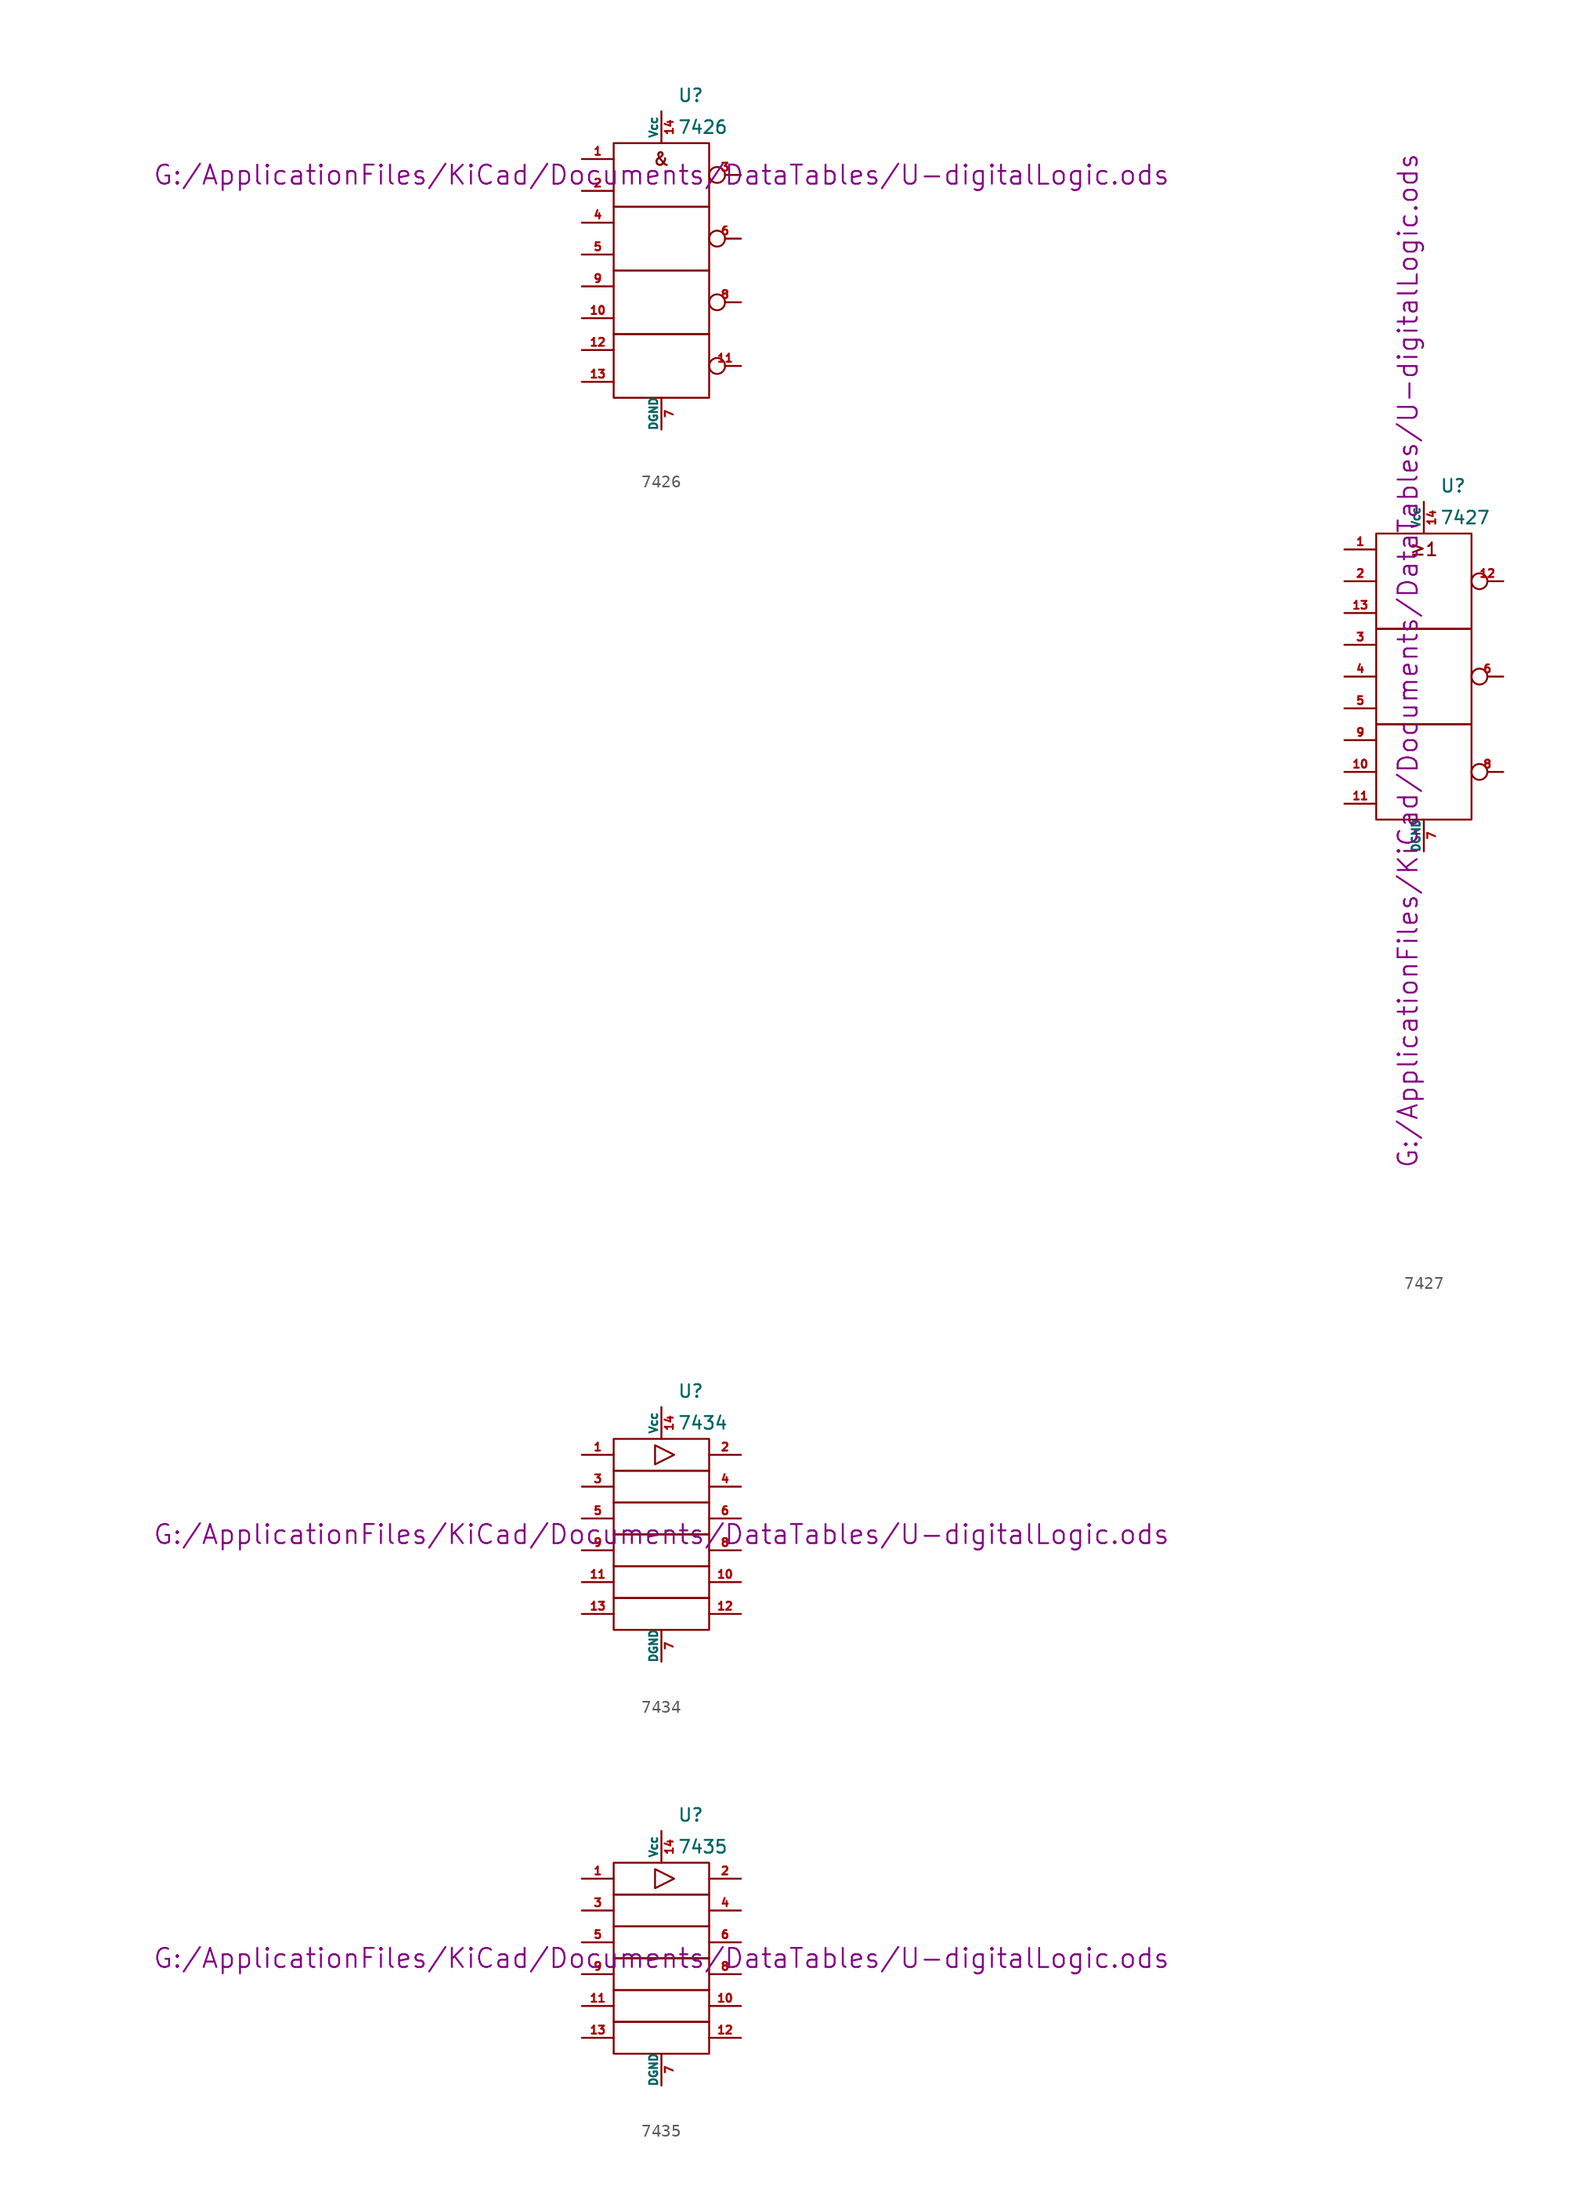
<source format=kicad_sym>
(kicad_symbol_lib
  (version 20211014)
  (generator kicad_symbol_editor)
  (symbol "7426"
    (pin_names
      (offset 0))
    (property "Reference" "U"
      (at 1.27 13.97 0)
      (effects (font (size 1.016 1.016)) (justify left)))
    (property "Value" "7426"
      (at 1.27 11.43 0)
      (effects (font (size 1.016 1.016)) (justify left)))
    (property "Footprint" ""
      (at 0 7.62 0)
      (effects (font (size 1.524 1.524))))
    (property "Datasheet" "G:/ApplicationFiles/KiCad/Documents/DataTables/U-digitalLogic.ods"
      (at 0 7.62 0)
      (effects (font (size 1.524 1.524))))
    (symbol "7426_0_0"
      (text "&" (at 0 8.89 0) (effects (font (size 1.016 1.016)))))
    (symbol "7426_0_1"
      (rectangle (start -3.81 -5.08) (end 3.81 -10.16) (stroke (width 0) (type default) (color 0 0 0 0)) (fill (type none)))
      (rectangle (start -3.81 0) (end 3.81 -5.08) (stroke (width 0) (type default) (color 0 0 0 0)) (fill (type none)))
      (rectangle (start -3.81 5.08) (end 3.81 0) (stroke (width 0) (type default) (color 0 0 0 0)) (fill (type none)))
      (rectangle (start -3.81 10.16) (end 3.81 5.08) (stroke (width 0) (type default) (color 0 0 0 0)) (fill (type none))))
    (symbol "7426_1_1"
      (pin input line (at -6.35 8.89 0) (length 2.54) (name "~" (effects (font (size 0.635 0.635)))) (number "1" (effects (font (size 0.635 0.635)))))
      (pin input line (at -6.35 -3.81 0) (length 2.54) (name "~" (effects (font (size 0.635 0.635)))) (number "10" (effects (font (size 0.635 0.635)))))
      (pin output inverted (at 6.35 -7.62 180) (length 2.54) (name "~" (effects (font (size 0.635 0.635)))) (number "11" (effects (font (size 0.635 0.635)))))
      (pin input line (at -6.35 -6.35 0) (length 2.54) (name "~" (effects (font (size 0.635 0.635)))) (number "12" (effects (font (size 0.635 0.635)))))
      (pin input line (at -6.35 -8.89 0) (length 2.54) (name "~" (effects (font (size 0.635 0.635)))) (number "13" (effects (font (size 0.635 0.635)))))
      (pin power_in line (at 0 12.7 270) (length 2.54) (name "Vcc" (effects (font (size 0.635 0.635)))) (number "14" (effects (font (size 0.635 0.635)))))
      (pin input line (at -6.35 6.35 0) (length 2.54) (name "~" (effects (font (size 0.635 0.635)))) (number "2" (effects (font (size 0.635 0.635)))))
      (pin output inverted (at 6.35 7.62 180) (length 2.54) (name "~" (effects (font (size 0.635 0.635)))) (number "3" (effects (font (size 0.635 0.635)))))
      (pin input line (at -6.35 3.81 0) (length 2.54) (name "~" (effects (font (size 0.635 0.635)))) (number "4" (effects (font (size 0.635 0.635)))))
      (pin input line (at -6.35 1.27 0) (length 2.54) (name "~" (effects (font (size 0.635 0.635)))) (number "5" (effects (font (size 0.635 0.635)))))
      (pin output inverted (at 6.35 2.54 180) (length 2.54) (name "~" (effects (font (size 0.635 0.635)))) (number "6" (effects (font (size 0.635 0.635)))))
      (pin power_in line (at 0 -12.7 90) (length 2.54) (name "DGND" (effects (font (size 0.635 0.635)))) (number "7" (effects (font (size 0.635 0.635)))))
      (pin output inverted (at 6.35 -2.54 180) (length 2.54) (name "~" (effects (font (size 0.635 0.635)))) (number "8" (effects (font (size 0.635 0.635)))))
      (pin input line (at -6.35 -1.27 0) (length 2.54) (name "~" (effects (font (size 0.635 0.635)))) (number "9" (effects (font (size 0.635 0.635)))))))
  (symbol "7427"
    (pin_names
      (offset 0))
    (property "Reference" "U"
      (at 1.27 15.24 0)
      (effects (font (size 1.016 1.016)) (justify left)))
    (property "Value" "7427"
      (at 1.27 12.7 0)
      (effects (font (size 1.016 1.016)) (justify left)))
    (property "Footprint" ""
      (at -1.27 1.27 90)
      (effects (font (size 1.524 1.524))))
    (property "Datasheet" "G:/ApplicationFiles/KiCad/Documents/DataTables/U-digitalLogic.ods"
      (at -1.27 1.27 90)
      (effects (font (size 1.524 1.524))))
    (symbol "7427_0_0"
      (rectangle (start -3.81 -3.81) (end 3.81 -11.43) (stroke (width 0) (type default) (color 0 0 0 0)) (fill (type none)))
      (rectangle (start -3.81 3.81) (end 3.81 -3.81) (stroke (width 0) (type default) (color 0 0 0 0)) (fill (type none)))
      (rectangle (start -3.81 11.43) (end 3.81 3.81) (stroke (width 0) (type default) (color 0 0 0 0)) (fill (type none)))
      (text "≥1" (at 0 10.16 0) (effects (font (size 1.016 1.016)))))
    (symbol "7427_1_1"
      (pin input line (at -6.35 10.16 0) (length 2.54) (name "~" (effects (font (size 0.635 0.635)))) (number "1" (effects (font (size 0.635 0.635)))))
      (pin input line (at -6.35 -7.62 0) (length 2.54) (name "~" (effects (font (size 0.635 0.635)))) (number "10" (effects (font (size 0.635 0.635)))))
      (pin input line (at -6.35 -10.16 0) (length 2.54) (name "~" (effects (font (size 0.635 0.635)))) (number "11" (effects (font (size 0.635 0.635)))))
      (pin output inverted (at 6.35 7.62 180) (length 2.54) (name "~" (effects (font (size 0.635 0.635)))) (number "12" (effects (font (size 0.635 0.635)))))
      (pin input line (at -6.35 5.08 0) (length 2.54) (name "~" (effects (font (size 0.635 0.635)))) (number "13" (effects (font (size 0.635 0.635)))))
      (pin power_in line (at 0 13.97 270) (length 2.54) (name "Vcc" (effects (font (size 0.635 0.635)))) (number "14" (effects (font (size 0.635 0.635)))))
      (pin input line (at -6.35 7.62 0) (length 2.54) (name "~" (effects (font (size 0.635 0.635)))) (number "2" (effects (font (size 0.635 0.635)))))
      (pin input line (at -6.35 2.54 0) (length 2.54) (name "~" (effects (font (size 0.635 0.635)))) (number "3" (effects (font (size 0.635 0.635)))))
      (pin input line (at -6.35 0 0) (length 2.54) (name "~" (effects (font (size 0.635 0.635)))) (number "4" (effects (font (size 0.635 0.635)))))
      (pin input line (at -6.35 -2.54 0) (length 2.54) (name "~" (effects (font (size 0.635 0.635)))) (number "5" (effects (font (size 0.635 0.635)))))
      (pin output inverted (at 6.35 0 180) (length 2.54) (name "~" (effects (font (size 0.635 0.635)))) (number "6" (effects (font (size 0.635 0.635)))))
      (pin power_in line (at 0 -13.97 90) (length 2.54) (name "DGND" (effects (font (size 0.635 0.635)))) (number "7" (effects (font (size 0.635 0.635)))))
      (pin output inverted (at 6.35 -7.62 180) (length 2.54) (name "~" (effects (font (size 0.635 0.635)))) (number "8" (effects (font (size 0.635 0.635)))))
      (pin input line (at -6.35 -5.08 0) (length 2.54) (name "~" (effects (font (size 0.635 0.635)))) (number "9" (effects (font (size 0.635 0.635)))))))
  (symbol "7434"
    (pin_names
      (offset 0))
    (property "Reference" "U"
      (at 1.27 11.43 0)
      (effects (font (size 1.016 1.016)) (justify left)))
    (property "Value" "7434"
      (at 1.27 8.89 0)
      (effects (font (size 1.016 1.016)) (justify left)))
    (property "Footprint" ""
      (at 0 0 0)
      (effects (font (size 1.524 1.524))))
    (property "Datasheet" "G:/ApplicationFiles/KiCad/Documents/DataTables/U-digitalLogic.ods"
      (at 0 0 0)
      (effects (font (size 1.524 1.524))))
    (symbol "7434_0_1"
      (rectangle (start -3.81 -5.08) (end 3.81 -7.62) (stroke (width 0) (type default) (color 0 0 0 0)) (fill (type none)))
      (rectangle (start -3.81 -2.54) (end 3.81 -5.08) (stroke (width 0) (type default) (color 0 0 0 0)) (fill (type none)))
      (rectangle (start -3.81 0) (end 3.81 -2.54) (stroke (width 0) (type default) (color 0 0 0 0)) (fill (type none)))
      (rectangle (start -3.81 2.54) (end 3.81 0) (stroke (width 0) (type default) (color 0 0 0 0)) (fill (type none)))
      (rectangle (start -3.81 5.08) (end 3.81 2.54) (stroke (width 0) (type default) (color 0 0 0 0)) (fill (type none)))
      (rectangle (start -3.81 7.62) (end 3.81 5.08) (stroke (width 0) (type default) (color 0 0 0 0)) (fill (type none)))
      (polyline (pts (xy -0.508 7.112) (xy -0.508 5.588) (xy 1.016 6.35) (xy -0.508 7.112)) (stroke (width 0) (type default) (color 0 0 0 0)) (fill (type none))))
    (symbol "7434_1_1"
      (pin input line (at -6.35 6.35 0) (length 2.54) (name "~" (effects (font (size 0.635 0.635)))) (number "1" (effects (font (size 0.635 0.635)))))
      (pin open_collector line (at 6.35 -3.81 180) (length 2.54) (name "~" (effects (font (size 0.635 0.635)))) (number "10" (effects (font (size 0.635 0.635)))))
      (pin input line (at -6.35 -3.81 0) (length 2.54) (name "~" (effects (font (size 0.635 0.635)))) (number "11" (effects (font (size 0.635 0.635)))))
      (pin open_collector line (at 6.35 -6.35 180) (length 2.54) (name "~" (effects (font (size 0.635 0.635)))) (number "12" (effects (font (size 0.635 0.635)))))
      (pin input line (at -6.35 -6.35 0) (length 2.54) (name "~" (effects (font (size 0.635 0.635)))) (number "13" (effects (font (size 0.635 0.635)))))
      (pin power_in line (at 0 10.16 270) (length 2.54) (name "Vcc" (effects (font (size 0.635 0.635)))) (number "14" (effects (font (size 0.635 0.635)))))
      (pin open_collector line (at 6.35 6.35 180) (length 2.54) (name "~" (effects (font (size 0.635 0.635)))) (number "2" (effects (font (size 0.635 0.635)))))
      (pin input line (at -6.35 3.81 0) (length 2.54) (name "~" (effects (font (size 0.635 0.635)))) (number "3" (effects (font (size 0.635 0.635)))))
      (pin open_collector line (at 6.35 3.81 180) (length 2.54) (name "~" (effects (font (size 0.635 0.635)))) (number "4" (effects (font (size 0.635 0.635)))))
      (pin input line (at -6.35 1.27 0) (length 2.54) (name "~" (effects (font (size 0.635 0.635)))) (number "5" (effects (font (size 0.635 0.635)))))
      (pin open_collector line (at 6.35 1.27 180) (length 2.54) (name "~" (effects (font (size 0.635 0.635)))) (number "6" (effects (font (size 0.635 0.635)))))
      (pin power_in line (at 0 -10.16 90) (length 2.54) (name "DGND" (effects (font (size 0.635 0.635)))) (number "7" (effects (font (size 0.635 0.635)))))
      (pin open_collector line (at 6.35 -1.27 180) (length 2.54) (name "~" (effects (font (size 0.635 0.635)))) (number "8" (effects (font (size 0.635 0.635)))))
      (pin input line (at -6.35 -1.27 0) (length 2.54) (name "~" (effects (font (size 0.635 0.635)))) (number "9" (effects (font (size 0.635 0.635)))))))
  (symbol "7435"
    (pin_names
      (offset 0))
    (property "Reference" "U"
      (at 1.27 11.43 0)
      (effects (font (size 1.016 1.016)) (justify left)))
    (property "Value" "7435"
      (at 1.27 8.89 0)
      (effects (font (size 1.016 1.016)) (justify left)))
    (property "Footprint" ""
      (at 0 0 0)
      (effects (font (size 1.524 1.524))))
    (property "Datasheet" "G:/ApplicationFiles/KiCad/Documents/DataTables/U-digitalLogic.ods"
      (at 0 0 0)
      (effects (font (size 1.524 1.524))))
    (symbol "7435_0_1"
      (rectangle (start -3.81 -5.08) (end 3.81 -7.62) (stroke (width 0) (type default) (color 0 0 0 0)) (fill (type none)))
      (rectangle (start -3.81 -2.54) (end 3.81 -5.08) (stroke (width 0) (type default) (color 0 0 0 0)) (fill (type none)))
      (rectangle (start -3.81 0) (end 3.81 -2.54) (stroke (width 0) (type default) (color 0 0 0 0)) (fill (type none)))
      (rectangle (start -3.81 2.54) (end 3.81 0) (stroke (width 0) (type default) (color 0 0 0 0)) (fill (type none)))
      (rectangle (start -3.81 5.08) (end 3.81 2.54) (stroke (width 0) (type default) (color 0 0 0 0)) (fill (type none)))
      (rectangle (start -3.81 7.62) (end 3.81 5.08) (stroke (width 0) (type default) (color 0 0 0 0)) (fill (type none)))
      (polyline (pts (xy -0.508 7.112) (xy -0.508 5.588) (xy 1.016 6.35) (xy -0.508 7.112)) (stroke (width 0) (type default) (color 0 0 0 0)) (fill (type none))))
    (symbol "7435_1_1"
      (pin input line (at -6.35 6.35 0) (length 2.54) (name "~" (effects (font (size 0.635 0.635)))) (number "1" (effects (font (size 0.635 0.635)))))
      (pin open_collector line (at 6.35 -3.81 180) (length 2.54) (name "~" (effects (font (size 0.635 0.635)))) (number "10" (effects (font (size 0.635 0.635)))))
      (pin input line (at -6.35 -3.81 0) (length 2.54) (name "~" (effects (font (size 0.635 0.635)))) (number "11" (effects (font (size 0.635 0.635)))))
      (pin open_collector line (at 6.35 -6.35 180) (length 2.54) (name "~" (effects (font (size 0.635 0.635)))) (number "12" (effects (font (size 0.635 0.635)))))
      (pin input line (at -6.35 -6.35 0) (length 2.54) (name "~" (effects (font (size 0.635 0.635)))) (number "13" (effects (font (size 0.635 0.635)))))
      (pin power_in line (at 0 10.16 270) (length 2.54) (name "Vcc" (effects (font (size 0.635 0.635)))) (number "14" (effects (font (size 0.635 0.635)))))
      (pin open_collector line (at 6.35 6.35 180) (length 2.54) (name "~" (effects (font (size 0.635 0.635)))) (number "2" (effects (font (size 0.635 0.635)))))
      (pin input line (at -6.35 3.81 0) (length 2.54) (name "~" (effects (font (size 0.635 0.635)))) (number "3" (effects (font (size 0.635 0.635)))))
      (pin open_collector line (at 6.35 3.81 180) (length 2.54) (name "~" (effects (font (size 0.635 0.635)))) (number "4" (effects (font (size 0.635 0.635)))))
      (pin input line (at -6.35 1.27 0) (length 2.54) (name "~" (effects (font (size 0.635 0.635)))) (number "5" (effects (font (size 0.635 0.635)))))
      (pin open_collector line (at 6.35 1.27 180) (length 2.54) (name "~" (effects (font (size 0.635 0.635)))) (number "6" (effects (font (size 0.635 0.635)))))
      (pin power_in line (at 0 -10.16 90) (length 2.54) (name "DGND" (effects (font (size 0.635 0.635)))) (number "7" (effects (font (size 0.635 0.635)))))
      (pin open_collector line (at 6.35 -1.27 180) (length 2.54) (name "~" (effects (font (size 0.635 0.635)))) (number "8" (effects (font (size 0.635 0.635)))))
      (pin input line (at -6.35 -1.27 0) (length 2.54) (name "~" (effects (font (size 0.635 0.635)))) (number "9" (effects (font (size 0.635 0.635))))))))
</source>
